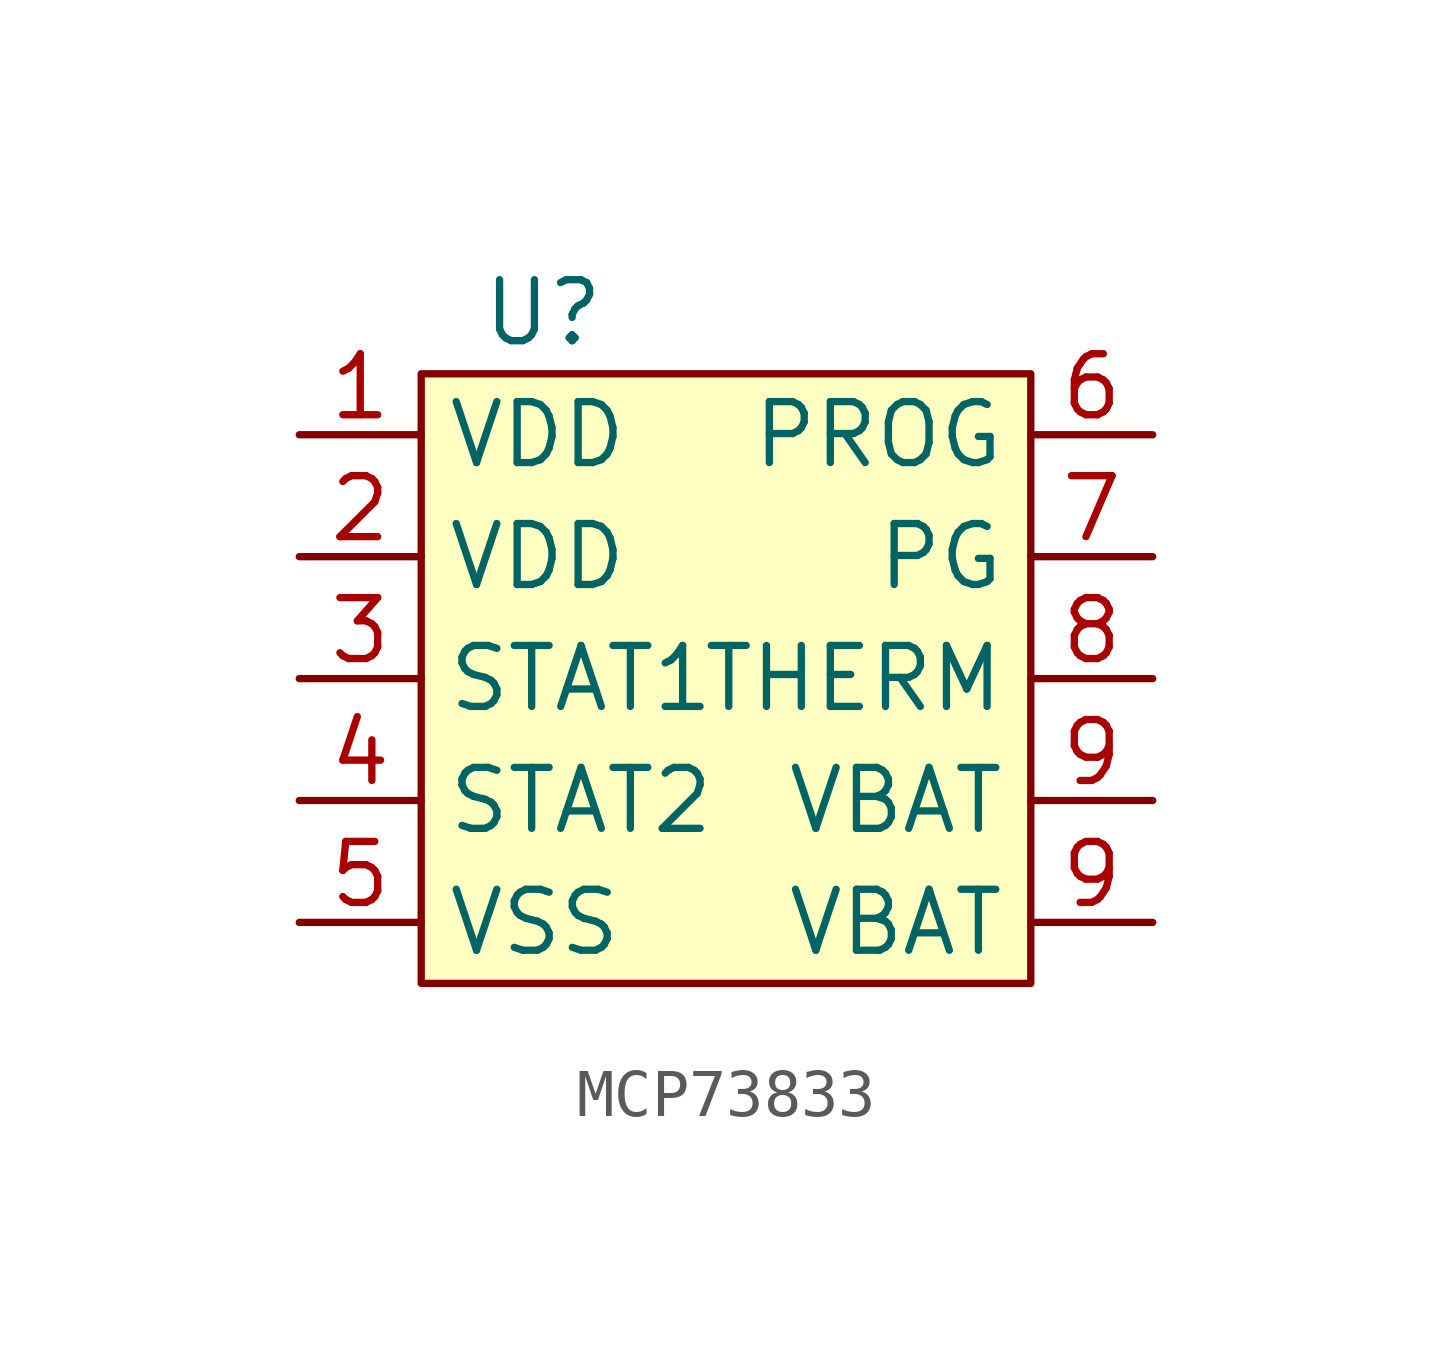
<source format=kicad_sym>
(kicad_symbol_lib
  (version 20231120)
  (generator "kicad_symbol_editor")
  (generator_version "8.0")
  (symbol "MCP73833"
    (property "Reference" "U"
      (at -2.54 7.62 0)
      (effects (font (size 1.27 1.27))))
    (property "Value" ""
      (at -2.54 2.54 0)
      (effects (font (size 1.27 1.27))))
    (symbol "MCP73833_1_1"
      (rectangle (start -5.08 6.35) (end 7.62 -6.35) (stroke (width 0) (type default)) (fill (type background)))
      (pin input line (at -7.62 5.08 0) (length 2.54) (name "VDD" (effects (font (size 1.27 1.27)))) (number "1" (effects (font (size 1.27 1.27)))))
      (pin input line (at -7.62 2.54 0) (length 2.54) (name "VDD" (effects (font (size 1.27 1.27)))) (number "2" (effects (font (size 1.27 1.27)))))
      (pin output line (at -7.62 0 0) (length 2.54) (name "STAT1" (effects (font (size 1.27 1.27)))) (number "3" (effects (font (size 1.27 1.27)))))
      (pin output line (at -7.62 -2.54 0) (length 2.54) (name "STAT2" (effects (font (size 1.27 1.27)))) (number "4" (effects (font (size 1.27 1.27)))))
      (pin input line (at -7.62 -5.08 0) (length 2.54) (name "VSS" (effects (font (size 1.27 1.27)))) (number "5" (effects (font (size 1.27 1.27)))))
      (pin input line (at 10.16 5.08 180) (length 2.54) (name "PROG" (effects (font (size 1.27 1.27)))) (number "6" (effects (font (size 1.27 1.27)))))
      (pin output line (at 10.16 2.54 180) (length 2.54) (name "PG" (effects (font (size 1.27 1.27)))) (number "7" (effects (font (size 1.27 1.27)))))
      (pin input line (at 10.16 0 180) (length 2.54) (name "THERM" (effects (font (size 1.27 1.27)))) (number "8" (effects (font (size 1.27 1.27)))))
      (pin output line (at 10.16 -5.08 180) (length 2.54) (name "VBAT" (effects (font (size 1.27 1.27)))) (number "9" (effects (font (size 1.27 1.27)))))
      (pin output line (at 10.16 -2.54 180) (length 2.54) (name "VBAT" (effects (font (size 1.27 1.27)))) (number "9" (effects (font (size 1.27 1.27))))))))
</source>
